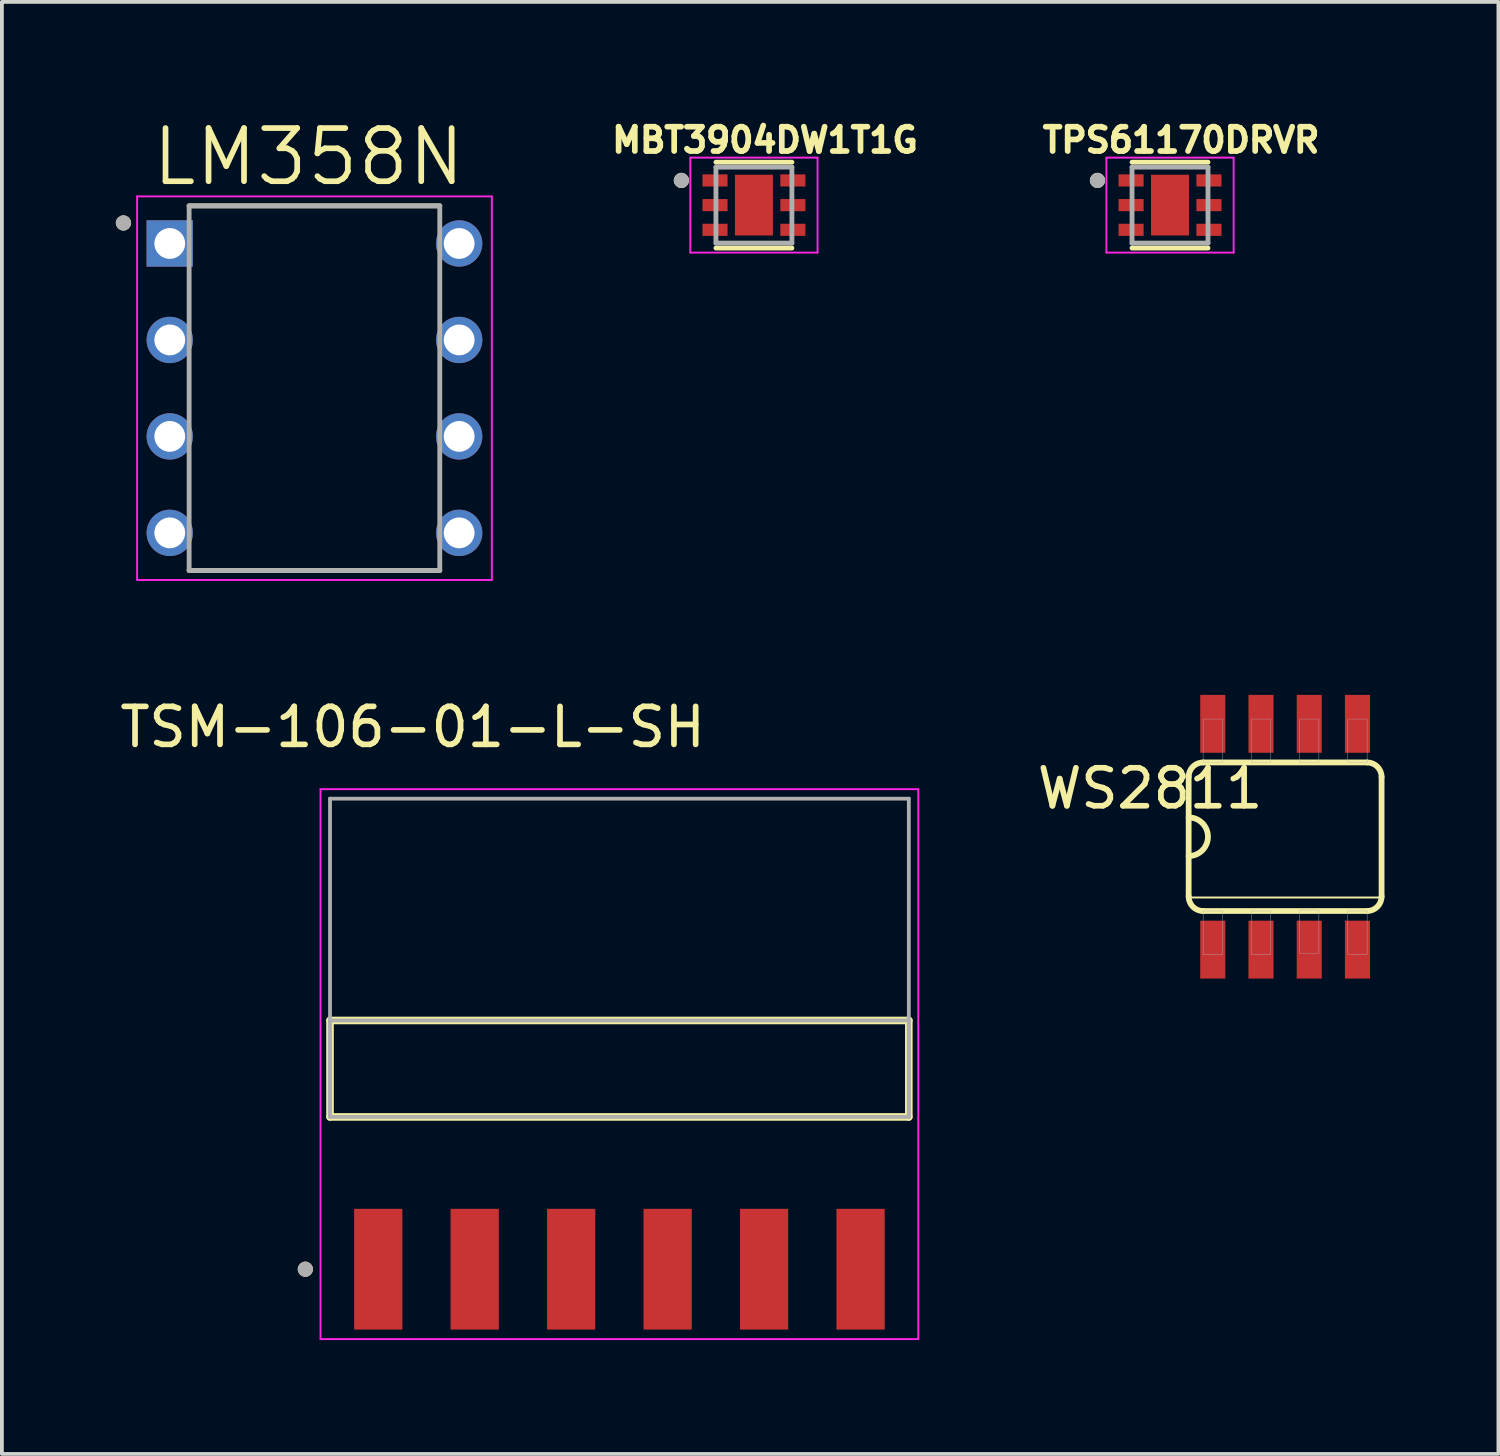
<source format=kicad_pcb>
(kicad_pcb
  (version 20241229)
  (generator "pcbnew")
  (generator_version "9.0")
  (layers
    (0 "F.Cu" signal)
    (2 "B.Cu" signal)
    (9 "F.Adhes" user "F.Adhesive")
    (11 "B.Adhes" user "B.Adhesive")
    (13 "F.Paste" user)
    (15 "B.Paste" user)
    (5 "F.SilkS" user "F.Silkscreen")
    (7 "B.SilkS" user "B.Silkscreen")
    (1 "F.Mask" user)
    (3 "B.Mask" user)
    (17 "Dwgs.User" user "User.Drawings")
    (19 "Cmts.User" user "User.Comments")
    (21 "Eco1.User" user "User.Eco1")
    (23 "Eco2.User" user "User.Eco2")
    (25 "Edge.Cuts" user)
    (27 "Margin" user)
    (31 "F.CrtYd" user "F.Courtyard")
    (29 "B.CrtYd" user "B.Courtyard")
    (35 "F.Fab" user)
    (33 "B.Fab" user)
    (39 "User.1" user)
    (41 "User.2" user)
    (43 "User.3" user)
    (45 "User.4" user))
  (footprint "MBT3904DW1T1G"
    (layer "F.Cu")
    (at 16.802 2.351)
    (property "Reference" "MBT3904DW1T1G" (at 0.292 -1.713 0) (layer "F.SilkS") (effects (font (size 0.64 0.64) (thickness 0.15))))
    (attr smd)
    (fp_line (start -1 -1.13) (end 1 -1.13) (stroke (width 0.127) (type solid)) (layer "F.SilkS"))
    (fp_line (start -1 1.13) (end 1 1.13) (stroke (width 0.127) (type solid)) (layer "F.SilkS"))
    (fp_circle (center -1.91 -0.65) (end -1.81 -0.65) (stroke (width 0.2) (type solid)) (fill no) (layer "F.SilkS"))
    (fp_poly (pts (xy -0.316 -0.506) (xy 0.316 -0.506) (xy 0.316 0.506) (xy -0.316 0.506)) (stroke (width 0.01) (type solid)) (fill yes) (layer "F.Paste"))
    (fp_line (start -1.675 -1.25) (end -1.675 1.25) (stroke (width 0.05) (type solid)) (layer "F.CrtYd"))
    (fp_line (start -1.675 -1.25) (end 1.675 -1.25) (stroke (width 0.05) (type solid)) (layer "F.CrtYd"))
    (fp_line (start -1.675 1.25) (end 1.675 1.25) (stroke (width 0.05) (type solid)) (layer "F.CrtYd"))
    (fp_line (start 1.675 -1.25) (end 1.675 1.25) (stroke (width 0.05) (type solid)) (layer "F.CrtYd"))
    (fp_line (start -1 -1) (end -1 1) (stroke (width 0.127) (type solid)) (layer "F.Fab"))
    (fp_line (start -1 -1) (end 1 -1) (stroke (width 0.127) (type solid)) (layer "F.Fab"))
    (fp_line (start -1 1) (end 1 1) (stroke (width 0.127) (type solid)) (layer "F.Fab"))
    (fp_line (start 1 -1) (end 1 1) (stroke (width 0.127) (type solid)) (layer "F.Fab"))
    (fp_circle (center -1.91 -0.65) (end -1.81 -0.65) (stroke (width 0.2) (type solid)) (fill no) (layer "F.Fab"))
    (pad "1" smd rect (at -1.025 -0.65) (size 0.66 0.32) (layers "F.Cu" "F.Mask" "F.Paste"))
    (pad "2" smd rect (at -1.025 0) (size 0.66 0.32) (layers "F.Cu" "F.Mask" "F.Paste"))
    (pad "3" smd rect (at -1.025 0.65) (size 0.66 0.32) (layers "F.Cu" "F.Mask" "F.Paste"))
    (pad "4" smd rect (at 1.025 0.65) (size 0.66 0.32) (layers "F.Cu" "F.Mask" "F.Paste"))
    (pad "5" smd rect (at 1.025 0) (size 0.66 0.32) (layers "F.Cu" "F.Mask" "F.Paste"))
    (pad "6" smd rect (at 1.025 -0.65) (size 0.66 0.32) (layers "F.Cu" "F.Mask" "F.Paste"))
    (pad "7" smd rect (at 0 0 90) (size 1.6 1) (layers "F.Cu" "F.Mask")))
  (footprint "WS2811"
    (layer "F.Cu")
    (at 30.789 18.982)
    (property "Reference" "WS2811" (at -3.556 -1.27 180) (layer "F.SilkS") (effects (font (size 1 1) (thickness 0.15))))
    (attr smd)
    (fp_line (start -2.54 -1.575) (end -2.54 1.575) (stroke (width 0.152) (type solid)) (layer "F.SilkS"))
    (fp_line (start -2.54 1.6) (end 2.54 1.6) (stroke (width 0.051) (type solid)) (layer "F.SilkS"))
    (fp_line (start -2.159 1.956) (end 2.159 1.956) (stroke (width 0.152) (type solid)) (layer "F.SilkS"))
    (fp_line (start 2.159 -1.956) (end -2.159 -1.956) (stroke (width 0.152) (type solid)) (layer "F.SilkS"))
    (fp_line (start 2.54 1.575) (end 2.54 -1.575) (stroke (width 0.152) (type solid)) (layer "F.SilkS"))
    (fp_arc (start -2.54 -1.5748) (mid -2.428408 -1.844208) (end -2.159 -1.9558) (stroke (width 0.1524) (type solid)) (layer "F.SilkS"))
    (fp_arc (start -2.54 -0.508) (mid -2.032 0) (end -2.54 0.508) (stroke (width 0.1524) (type solid)) (layer "F.SilkS"))
    (fp_arc (start -2.159 1.9558) (mid -2.428408 1.844208) (end -2.54 1.5748) (stroke (width 0.1524) (type solid)) (layer "F.SilkS"))
    (fp_arc (start 2.159 -1.9558) (mid 2.428408 -1.844208) (end 2.54 -1.5748) (stroke (width 0.1524) (type solid)) (layer "F.SilkS"))
    (fp_arc (start 2.54 1.5748) (mid 2.428408 1.844208) (end 2.159 1.9558) (stroke (width 0.1524) (type solid)) (layer "F.SilkS"))
    (fp_poly (pts (xy -2.159 -3.099) (xy -1.651 -3.099) (xy -1.651 -1.956) (xy -2.159 -1.956)) (stroke (width 0.01) (type solid)) (fill no) (layer "F.Fab"))
    (fp_poly (pts (xy -2.159 1.956) (xy -1.651 1.956) (xy -1.651 3.099) (xy -2.159 3.099)) (stroke (width 0.01) (type solid)) (fill no) (layer "F.Fab"))
    (fp_poly (pts (xy -0.889 -3.099) (xy -0.381 -3.099) (xy -0.381 -1.956) (xy -0.889 -1.956)) (stroke (width 0.01) (type solid)) (fill no) (layer "F.Fab"))
    (fp_poly (pts (xy -0.889 1.956) (xy -0.381 1.956) (xy -0.381 3.099) (xy -0.889 3.099)) (stroke (width 0.01) (type solid)) (fill no) (layer "F.Fab"))
    (fp_poly (pts (xy 0.381 -3.099) (xy 0.889 -3.099) (xy 0.889 -1.956) (xy 0.381 -1.956)) (stroke (width 0.01) (type solid)) (fill no) (layer "F.Fab"))
    (fp_poly (pts (xy 0.381 1.93) (xy 0.889 1.93) (xy 0.889 3.073) (xy 0.381 3.073)) (stroke (width 0.01) (type solid)) (fill no) (layer "F.Fab"))
    (fp_poly (pts (xy 1.651 -3.099) (xy 2.159 -3.099) (xy 2.159 -1.956) (xy 1.651 -1.956)) (stroke (width 0.01) (type solid)) (fill no) (layer "F.Fab"))
    (fp_poly (pts (xy 1.651 1.956) (xy 2.159 1.956) (xy 2.159 3.099) (xy 1.651 3.099)) (stroke (width 0.01) (type solid)) (fill no) (layer "F.Fab"))
    (pad "1" smd rect (at -1.905 2.973) (size 0.66 1.524) (layers "F.Cu" "F.Mask" "F.Paste"))
    (pad "2" smd rect (at -0.635 2.973) (size 0.66 1.524) (layers "F.Cu" "F.Mask" "F.Paste"))
    (pad "3" smd rect (at 0.635 2.973) (size 0.66 1.524) (layers "F.Cu" "F.Mask" "F.Paste"))
    (pad "4" smd rect (at 1.905 2.973) (size 0.66 1.524) (layers "F.Cu" "F.Mask" "F.Paste"))
    (pad "5" smd rect (at 1.905 -2.973) (size 0.66 1.524) (layers "F.Cu" "F.Mask" "F.Paste"))
    (pad "6" smd rect (at 0.635 -2.973) (size 0.66 1.524) (layers "F.Cu" "F.Mask" "F.Paste"))
    (pad "7" smd rect (at -0.635 -2.973) (size 0.66 1.524) (layers "F.Cu" "F.Mask" "F.Paste"))
    (pad "8" smd rect (at -1.905 -2.973) (size 0.66 1.524) (layers "F.Cu" "F.Mask" "F.Paste")))
  (footprint "LM358N"
    (layer "F.Cu")
    (at 5.23 7.171)
    (property "Reference" "LM358N" (at -0.155 -6.089 0) (layer "F.SilkS") (effects (font (size 1.4 1.4) (thickness 0.15))))
    (attr through_hole)
    (fp_line (start -3.3 -4.8) (end 3.3 -4.8) (stroke (width 0.127) (type solid)) (layer "F.SilkS"))
    (fp_line (start -3.3 4.8) (end 3.3 4.8) (stroke (width 0.127) (type solid)) (layer "F.SilkS"))
    (fp_circle (center -5.03 -4.35) (end -4.93 -4.35) (stroke (width 0.2) (type solid)) (fill no) (layer "F.SilkS"))
    (fp_line (start -4.67 -5.05) (end -4.67 5.05) (stroke (width 0.05) (type solid)) (layer "F.CrtYd"))
    (fp_line (start -4.67 5.05) (end 4.67 5.05) (stroke (width 0.05) (type solid)) (layer "F.CrtYd"))
    (fp_line (start 4.67 -5.05) (end -4.67 -5.05) (stroke (width 0.05) (type solid)) (layer "F.CrtYd"))
    (fp_line (start 4.67 5.05) (end 4.67 -5.05) (stroke (width 0.05) (type solid)) (layer "F.CrtYd"))
    (fp_line (start -3.3 -4.8) (end 3.3 -4.8) (stroke (width 0.127) (type solid)) (layer "F.Fab"))
    (fp_line (start -3.3 4.8) (end -3.3 -4.8) (stroke (width 0.127) (type solid)) (layer "F.Fab"))
    (fp_line (start 3.3 -4.8) (end 3.3 4.8) (stroke (width 0.127) (type solid)) (layer "F.Fab"))
    (fp_line (start 3.3 4.8) (end -3.3 4.8) (stroke (width 0.127) (type solid)) (layer "F.Fab"))
    (fp_circle (center -5.03 -4.35) (end -4.93 -4.35) (stroke (width 0.2) (type solid)) (fill no) (layer "F.Fab"))
    (pad "1" thru_hole rect (at -3.81 -3.81) (size 1.22 1.22) (drill 0.81) (layers "*.Cu" "*.Mask"))
    (pad "2" thru_hole circle (at -3.81 -1.27) (size 1.22 1.22) (drill 0.81) (layers "*.Cu" "*.Mask"))
    (pad "3" thru_hole circle (at -3.81 1.27) (size 1.22 1.22) (drill 0.81) (layers "*.Cu" "*.Mask"))
    (pad "4" thru_hole circle (at -3.81 3.81) (size 1.22 1.22) (drill 0.81) (layers "*.Cu" "*.Mask"))
    (pad "5" thru_hole circle (at 3.81 3.81) (size 1.22 1.22) (drill 0.81) (layers "*.Cu" "*.Mask"))
    (pad "6" thru_hole circle (at 3.81 1.27) (size 1.22 1.22) (drill 0.81) (layers "*.Cu" "*.Mask"))
    (pad "7" thru_hole circle (at 3.81 -1.27) (size 1.22 1.22) (drill 0.81) (layers "*.Cu" "*.Mask"))
    (pad "8" thru_hole circle (at 3.81 -3.81) (size 1.22 1.22) (drill 0.81) (layers "*.Cu" "*.Mask")))
  (footprint "TSM-106-01-L-SH"
    (layer "F.Cu")
    (at 13.26 25.09)
    (property "Reference" "TSM-106-01-L-SH" (at -5.445 -8.995 0) (layer "F.SilkS") (effects (font (size 1 1) (thickness 0.15))))
    (attr smd)
    (fp_line (start -7.62 1.27) (end -7.62 -1.27) (stroke (width 0.2) (type solid)) (layer "F.SilkS"))
    (fp_line (start 7.62 -1.27) (end -7.62 -1.27) (stroke (width 0.2) (type solid)) (layer "F.SilkS"))
    (fp_line (start 7.62 -1.27) (end 7.62 1.27) (stroke (width 0.2) (type solid)) (layer "F.SilkS"))
    (fp_line (start 7.62 1.27) (end -7.62 1.27) (stroke (width 0.2) (type solid)) (layer "F.SilkS"))
    (fp_circle (center -8.27 5.28) (end -8.17 5.28) (stroke (width 0.2) (type solid)) (fill no) (layer "F.SilkS"))
    (fp_line (start -7.87 -7.36) (end 7.87 -7.36) (stroke (width 0.05) (type solid)) (layer "F.CrtYd"))
    (fp_line (start -7.87 7.12) (end -7.87 -7.36) (stroke (width 0.05) (type solid)) (layer "F.CrtYd"))
    (fp_line (start 7.87 -7.36) (end 7.87 7.12) (stroke (width 0.05) (type solid)) (layer "F.CrtYd"))
    (fp_line (start 7.87 7.12) (end -7.87 7.12) (stroke (width 0.05) (type solid)) (layer "F.CrtYd"))
    (fp_line (start -7.62 -7.11) (end 7.62 -7.11) (stroke (width 0.1) (type solid)) (layer "F.Fab"))
    (fp_line (start -7.62 -1.27) (end 7.62 -1.27) (stroke (width 0.1) (type solid)) (layer "F.Fab"))
    (fp_line (start -7.62 1.27) (end -7.62 -7.11) (stroke (width 0.1) (type solid)) (layer "F.Fab"))
    (fp_line (start -7.62 1.27) (end -7.62 -1.27) (stroke (width 0.1) (type solid)) (layer "F.Fab"))
    (fp_line (start 7.62 -7.11) (end 7.62 1.27) (stroke (width 0.1) (type solid)) (layer "F.Fab"))
    (fp_line (start 7.62 -1.27) (end 7.62 1.27) (stroke (width 0.1) (type solid)) (layer "F.Fab"))
    (fp_line (start 7.62 1.27) (end -7.62 1.27) (stroke (width 0.1) (type solid)) (layer "F.Fab"))
    (fp_circle (center -8.27 5.28) (end -8.17 5.28) (stroke (width 0.2) (type solid)) (fill no) (layer "F.Fab"))
    (pad "01" smd rect (at -6.35 5.28) (size 1.27 3.18) (layers "F.Cu" "F.Mask" "F.Paste"))
    (pad "02" smd rect (at -3.81 5.28) (size 1.27 3.18) (layers "F.Cu" "F.Mask" "F.Paste"))
    (pad "03" smd rect (at -1.27 5.28) (size 1.27 3.18) (layers "F.Cu" "F.Mask" "F.Paste"))
    (pad "04" smd rect (at 1.27 5.28) (size 1.27 3.18) (layers "F.Cu" "F.Mask" "F.Paste"))
    (pad "05" smd rect (at 3.81 5.28) (size 1.27 3.18) (layers "F.Cu" "F.Mask" "F.Paste"))
    (pad "06" smd rect (at 6.35 5.28) (size 1.27 3.18) (layers "F.Cu" "F.Mask" "F.Paste")))
  (footprint "TPS61170DRVR"
    (layer "F.Cu")
    (at 27.758 2.351)
    (property "Reference" "TPS61170DRVR" (at 0.292 -1.713 0) (layer "F.SilkS") (effects (font (size 0.64 0.64) (thickness 0.15))))
    (attr smd)
    (fp_line (start -1 -1.13) (end 1 -1.13) (stroke (width 0.127) (type solid)) (layer "F.SilkS"))
    (fp_line (start -1 1.13) (end 1 1.13) (stroke (width 0.127) (type solid)) (layer "F.SilkS"))
    (fp_circle (center -1.91 -0.65) (end -1.81 -0.65) (stroke (width 0.2) (type solid)) (fill no) (layer "F.SilkS"))
    (fp_poly (pts (xy -0.316 -0.506) (xy 0.316 -0.506) (xy 0.316 0.506) (xy -0.316 0.506)) (stroke (width 0.01) (type solid)) (fill yes) (layer "F.Paste"))
    (fp_line (start -1.675 -1.25) (end -1.675 1.25) (stroke (width 0.05) (type solid)) (layer "F.CrtYd"))
    (fp_line (start -1.675 -1.25) (end 1.675 -1.25) (stroke (width 0.05) (type solid)) (layer "F.CrtYd"))
    (fp_line (start -1.675 1.25) (end 1.675 1.25) (stroke (width 0.05) (type solid)) (layer "F.CrtYd"))
    (fp_line (start 1.675 -1.25) (end 1.675 1.25) (stroke (width 0.05) (type solid)) (layer "F.CrtYd"))
    (fp_line (start -1 -1) (end -1 1) (stroke (width 0.127) (type solid)) (layer "F.Fab"))
    (fp_line (start -1 -1) (end 1 -1) (stroke (width 0.127) (type solid)) (layer "F.Fab"))
    (fp_line (start -1 1) (end 1 1) (stroke (width 0.127) (type solid)) (layer "F.Fab"))
    (fp_line (start 1 -1) (end 1 1) (stroke (width 0.127) (type solid)) (layer "F.Fab"))
    (fp_circle (center -1.91 -0.65) (end -1.81 -0.65) (stroke (width 0.2) (type solid)) (fill no) (layer "F.Fab"))
    (pad "1" smd rect (at -1.025 -0.65) (size 0.66 0.32) (layers "F.Cu" "F.Mask" "F.Paste"))
    (pad "2" smd rect (at -1.025 0) (size 0.66 0.32) (layers "F.Cu" "F.Mask" "F.Paste"))
    (pad "3" smd rect (at -1.025 0.65) (size 0.66 0.32) (layers "F.Cu" "F.Mask" "F.Paste"))
    (pad "4" smd rect (at 1.025 0.65) (size 0.66 0.32) (layers "F.Cu" "F.Mask" "F.Paste"))
    (pad "5" smd rect (at 1.025 0) (size 0.66 0.32) (layers "F.Cu" "F.Mask" "F.Paste"))
    (pad "6" smd rect (at 1.025 -0.65) (size 0.66 0.32) (layers "F.Cu" "F.Mask" "F.Paste"))
    (pad "7" smd rect (at 0 0 90) (size 1.6 1) (layers "F.Cu" "F.Mask")))
  (gr_rect
    (start -3 -3)
    (end 36.405 35.234)
    (stroke (width 0.1) (type default))
    (fill no)
    (layer "Edge.Cuts")))
</source>
